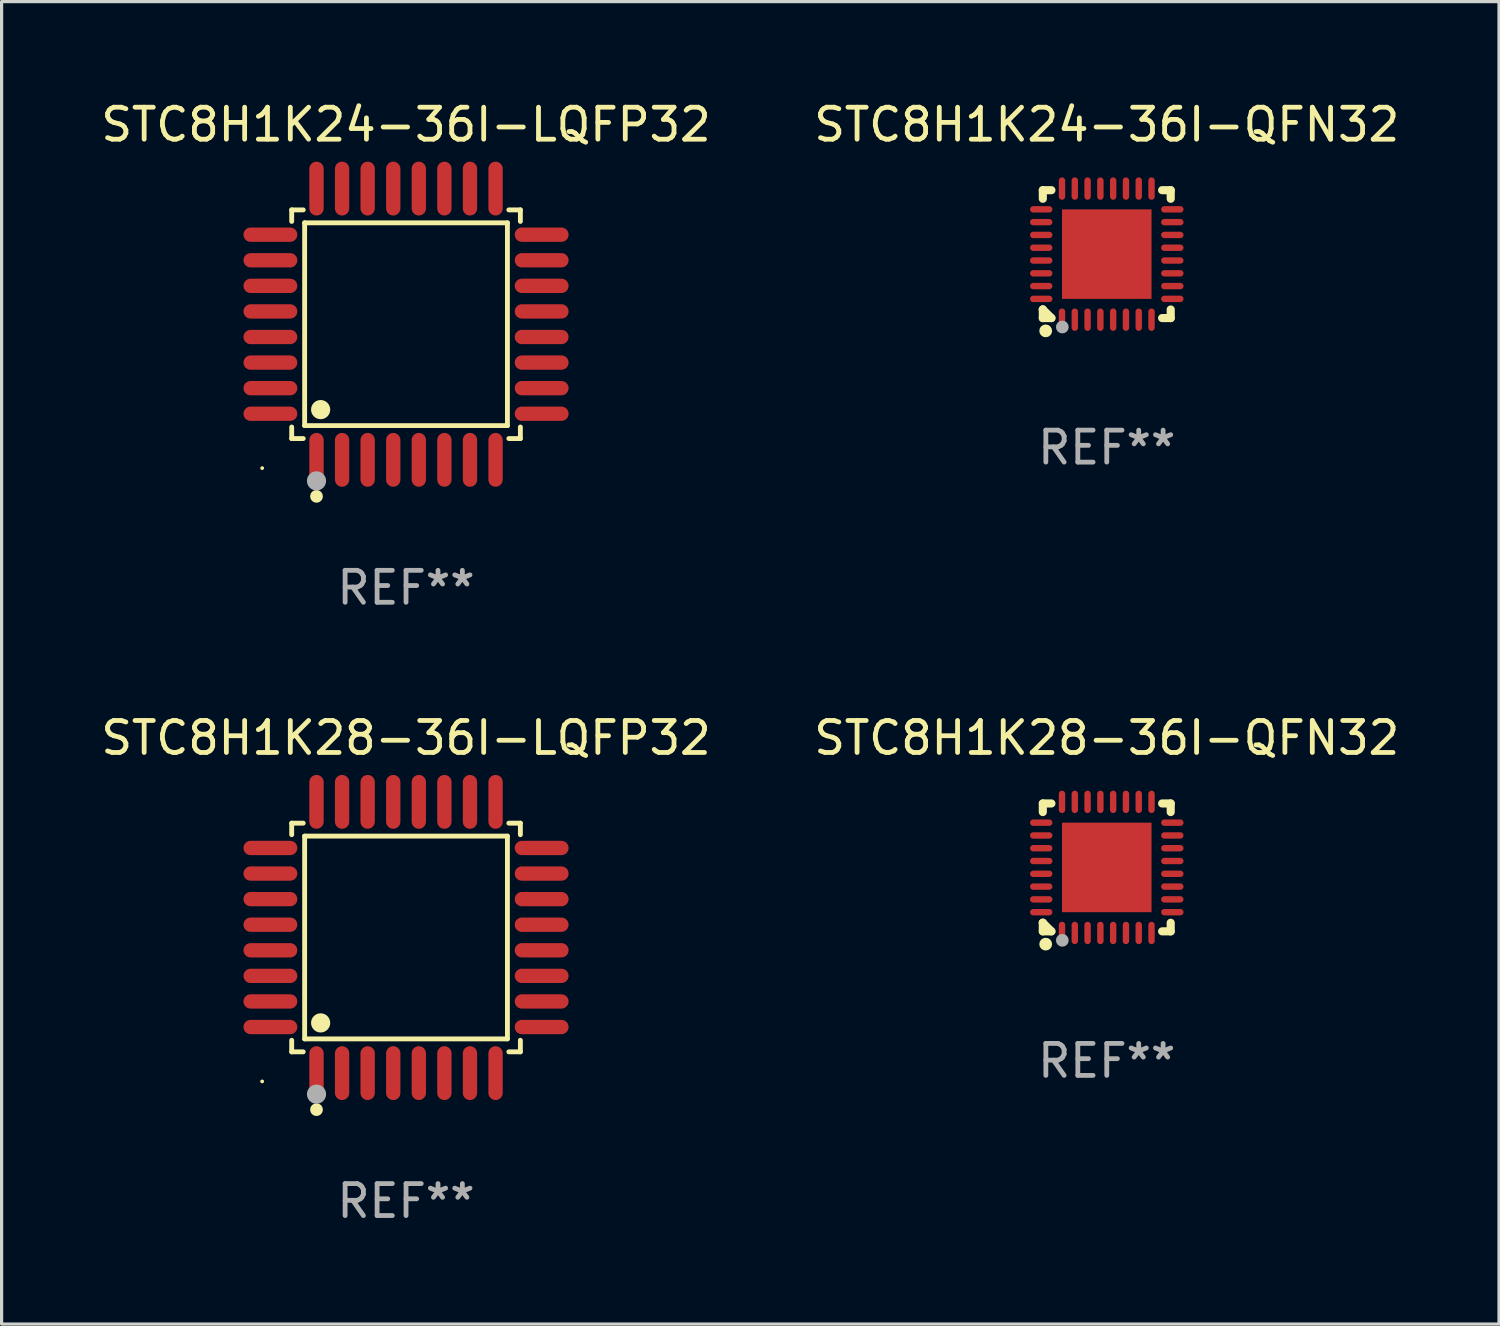
<source format=kicad_pcb>
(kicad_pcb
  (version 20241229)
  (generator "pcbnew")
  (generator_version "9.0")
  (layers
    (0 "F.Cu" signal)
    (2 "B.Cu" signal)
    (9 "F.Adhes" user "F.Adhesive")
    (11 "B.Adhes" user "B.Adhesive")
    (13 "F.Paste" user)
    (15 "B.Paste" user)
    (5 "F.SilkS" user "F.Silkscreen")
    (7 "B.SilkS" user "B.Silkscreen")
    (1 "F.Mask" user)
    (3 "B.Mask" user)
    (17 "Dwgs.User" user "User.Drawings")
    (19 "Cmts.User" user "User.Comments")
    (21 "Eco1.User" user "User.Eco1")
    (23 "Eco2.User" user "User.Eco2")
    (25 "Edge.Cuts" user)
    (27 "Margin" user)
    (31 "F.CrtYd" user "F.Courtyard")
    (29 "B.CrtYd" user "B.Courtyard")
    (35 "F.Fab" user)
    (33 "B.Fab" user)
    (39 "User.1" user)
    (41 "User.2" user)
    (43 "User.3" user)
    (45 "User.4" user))
  (footprint "STC8H1K28-36I-QFN32"
    (layer "F.Cu")
    (at 31.565 24.079)
    (property "Reference" "STC8H1K28-36I-QFN32" (at 0 -4.05 0) (layer "F.SilkS") (effects (font (size 1 1) (thickness 0.15))))
    (attr through_hole)
    (fp_line (start -2 -2) (end -1.731 -2) (stroke (width 0.254) (type solid)) (layer "F.SilkS"))
    (fp_line (start -2 -1.731) (end -2 -2) (stroke (width 0.254) (type solid)) (layer "F.SilkS"))
    (fp_line (start -2 1.731) (end -2 1.731) (stroke (width 0.254) (type solid)) (layer "F.SilkS"))
    (fp_line (start -2 2) (end -2 1.731) (stroke (width 0.254) (type solid)) (layer "F.SilkS"))
    (fp_line (start -2 1.731) (end -1.731 2) (stroke (width 0.254) (type solid)) (layer "F.SilkS"))
    (fp_line (start -1.731 2) (end -2 2) (stroke (width 0.254) (type solid)) (layer "F.SilkS"))
    (fp_line (start 1.731 -2) (end 2 -2) (stroke (width 0.254) (type solid)) (layer "F.SilkS"))
    (fp_line (start 2 -2) (end 2 -1.731) (stroke (width 0.254) (type solid)) (layer "F.SilkS"))
    (fp_line (start 2 1.731) (end 2 2) (stroke (width 0.254) (type solid)) (layer "F.SilkS"))
    (fp_line (start 2 2) (end 1.731 2) (stroke (width 0.254) (type solid)) (layer "F.SilkS"))
    (fp_circle (center -2 2) (end -1.97 2) (stroke (width 0.06) (type solid)) (fill no) (layer "F.SilkS"))
    (fp_circle (center -1.91 2.4) (end -1.81 2.4) (stroke (width 0.2) (type solid)) (fill no) (layer "F.SilkS"))
    (fp_circle (center -1.39 2.28) (end -1.29 2.28) (stroke (width 0.2) (type solid)) (fill no) (layer "F.Fab"))
    (fp_text user "REF**" (at 0 6.05 0) (layer "F.Fab") (effects (font (size 1 1) (thickness 0.15))))
    (pad "1" smd oval (at -1.4 2.05) (size 0.2 0.7) (layers "F.Cu" "F.Mask" "F.Paste"))
    (pad "2" smd oval (at -1 2.05) (size 0.2 0.7) (layers "F.Cu" "F.Mask" "F.Paste"))
    (pad "3" smd oval (at -0.6 2.05) (size 0.2 0.7) (layers "F.Cu" "F.Mask" "F.Paste"))
    (pad "4" smd oval (at -0.2 2.05) (size 0.2 0.7) (layers "F.Cu" "F.Mask" "F.Paste"))
    (pad "5" smd oval (at 0.2 2.05) (size 0.2 0.7) (layers "F.Cu" "F.Mask" "F.Paste"))
    (pad "6" smd oval (at 0.6 2.05) (size 0.2 0.7) (layers "F.Cu" "F.Mask" "F.Paste"))
    (pad "7" smd oval (at 1 2.05) (size 0.2 0.7) (layers "F.Cu" "F.Mask" "F.Paste"))
    (pad "8" smd oval (at 1.4 2.05) (size 0.2 0.7) (layers "F.Cu" "F.Mask" "F.Paste"))
    (pad "9" smd oval (at 2.05 1.4) (size 0.7 0.2) (layers "F.Cu" "F.Mask" "F.Paste"))
    (pad "10" smd oval (at 2.05 1) (size 0.7 0.2) (layers "F.Cu" "F.Mask" "F.Paste"))
    (pad "11" smd oval (at 2.05 0.6) (size 0.7 0.2) (layers "F.Cu" "F.Mask" "F.Paste"))
    (pad "12" smd oval (at 2.05 0.2) (size 0.7 0.2) (layers "F.Cu" "F.Mask" "F.Paste"))
    (pad "13" smd oval (at 2.05 -0.2) (size 0.7 0.2) (layers "F.Cu" "F.Mask" "F.Paste"))
    (pad "14" smd oval (at 2.05 -0.6) (size 0.7 0.2) (layers "F.Cu" "F.Mask" "F.Paste"))
    (pad "15" smd oval (at 2.05 -1) (size 0.7 0.2) (layers "F.Cu" "F.Mask" "F.Paste"))
    (pad "16" smd oval (at 2.05 -1.4) (size 0.7 0.2) (layers "F.Cu" "F.Mask" "F.Paste"))
    (pad "17" smd oval (at 1.4 -2.05) (size 0.2 0.7) (layers "F.Cu" "F.Mask" "F.Paste"))
    (pad "18" smd oval (at 1 -2.05) (size 0.2 0.7) (layers "F.Cu" "F.Mask" "F.Paste"))
    (pad "19" smd oval (at 0.6 -2.05) (size 0.2 0.7) (layers "F.Cu" "F.Mask" "F.Paste"))
    (pad "20" smd oval (at 0.2 -2.05) (size 0.2 0.7) (layers "F.Cu" "F.Mask" "F.Paste"))
    (pad "21" smd oval (at -0.2 -2.05) (size 0.2 0.7) (layers "F.Cu" "F.Mask" "F.Paste"))
    (pad "22" smd oval (at -0.6 -2.05) (size 0.2 0.7) (layers "F.Cu" "F.Mask" "F.Paste"))
    (pad "23" smd oval (at -1 -2.05) (size 0.2 0.7) (layers "F.Cu" "F.Mask" "F.Paste"))
    (pad "24" smd oval (at -1.4 -2.05) (size 0.2 0.7) (layers "F.Cu" "F.Mask" "F.Paste"))
    (pad "25" smd oval (at -2.05 -1.4) (size 0.7 0.2) (layers "F.Cu" "F.Mask" "F.Paste"))
    (pad "26" smd oval (at -2.05 -1) (size 0.7 0.2) (layers "F.Cu" "F.Mask" "F.Paste"))
    (pad "27" smd oval (at -2.05 -0.6) (size 0.7 0.2) (layers "F.Cu" "F.Mask" "F.Paste"))
    (pad "28" smd oval (at -2.05 -0.2) (size 0.7 0.2) (layers "F.Cu" "F.Mask" "F.Paste"))
    (pad "29" smd oval (at -2.05 0.2) (size 0.7 0.2) (layers "F.Cu" "F.Mask" "F.Paste"))
    (pad "30" smd oval (at -2.05 0.6) (size 0.7 0.2) (layers "F.Cu" "F.Mask" "F.Paste"))
    (pad "31" smd oval (at -2.05 1) (size 0.7 0.2) (layers "F.Cu" "F.Mask" "F.Paste"))
    (pad "32" smd oval (at -2.05 1.4) (size 0.7 0.2) (layers "F.Cu" "F.Mask" "F.Paste"))
    (pad "33" smd rect (at 0.000254 0.000254) (size 2.8 2.8) (layers "F.Cu" "F.Mask" "F.Paste")))
  (footprint "STC8H1K28-36I-LQFP32"
    (layer "F.Cu")
    (at 9.649 26.271)
    (property "Reference" "STC8H1K28-36I-LQFP32" (at 0 -6.242 0) (layer "F.SilkS") (effects (font (size 1 1) (thickness 0.15))))
    (attr through_hole)
    (fp_line (start -3.576 -3.576) (end -3.215 -3.576) (stroke (width 0.152) (type solid)) (layer "F.SilkS"))
    (fp_line (start -3.576 -3.215) (end -3.576 -3.576) (stroke (width 0.152) (type solid)) (layer "F.SilkS"))
    (fp_line (start -3.576 3.215) (end -3.576 3.576) (stroke (width 0.152) (type solid)) (layer "F.SilkS"))
    (fp_line (start -3.576 3.576) (end -3.215 3.576) (stroke (width 0.152) (type solid)) (layer "F.SilkS"))
    (fp_line (start -3.171 -3.171) (end 3.171 -3.171) (stroke (width 0.152) (type solid)) (layer "F.SilkS"))
    (fp_line (start -3.171 3.171) (end -3.171 -3.171) (stroke (width 0.152) (type solid)) (layer "F.SilkS"))
    (fp_line (start 3.171 -3.171) (end 3.171 3.171) (stroke (width 0.152) (type solid)) (layer "F.SilkS"))
    (fp_line (start 3.171 3.171) (end -3.171 3.171) (stroke (width 0.152) (type solid)) (layer "F.SilkS"))
    (fp_line (start 3.576 -3.576) (end 3.215 -3.576) (stroke (width 0.152) (type solid)) (layer "F.SilkS"))
    (fp_line (start 3.576 -3.215) (end 3.576 -3.576) (stroke (width 0.152) (type solid)) (layer "F.SilkS"))
    (fp_line (start 3.576 3.215) (end 3.576 3.576) (stroke (width 0.152) (type solid)) (layer "F.SilkS"))
    (fp_line (start 3.576 3.576) (end 3.215 3.576) (stroke (width 0.152) (type solid)) (layer "F.SilkS"))
    (fp_circle (center -4.5 4.5) (end -4.47 4.5) (stroke (width 0.06) (type solid)) (fill no) (layer "F.SilkS"))
    (fp_circle (center -2.8 5.384) (end -2.7 5.384) (stroke (width 0.2) (type solid)) (fill no) (layer "F.SilkS"))
    (fp_circle (center -2.671 2.671) (end -2.521 2.671) (stroke (width 0.3) (type solid)) (fill no) (layer "F.SilkS"))
    (fp_circle (center -2.8 4.9) (end -2.65 4.9) (stroke (width 0.3) (type solid)) (fill no) (layer "F.Fab"))
    (fp_text user "REF**" (at 0 8.242 0) (layer "F.Fab") (effects (font (size 1 1) (thickness 0.15))))
    (pad "1" smd oval (at -2.8 4.242) (size 0.448 1.684) (layers "F.Cu" "F.Mask" "F.Paste"))
    (pad "2" smd oval (at -2 4.242) (size 0.448 1.684) (layers "F.Cu" "F.Mask" "F.Paste"))
    (pad "3" smd oval (at -1.2 4.242) (size 0.448 1.684) (layers "F.Cu" "F.Mask" "F.Paste"))
    (pad "4" smd oval (at -0.4 4.242) (size 0.448 1.684) (layers "F.Cu" "F.Mask" "F.Paste"))
    (pad "5" smd oval (at 0.4 4.242) (size 0.448 1.684) (layers "F.Cu" "F.Mask" "F.Paste"))
    (pad "6" smd oval (at 1.2 4.242) (size 0.448 1.684) (layers "F.Cu" "F.Mask" "F.Paste"))
    (pad "7" smd oval (at 2 4.242) (size 0.448 1.684) (layers "F.Cu" "F.Mask" "F.Paste"))
    (pad "8" smd oval (at 2.8 4.242) (size 0.448 1.684) (layers "F.Cu" "F.Mask" "F.Paste"))
    (pad "9" smd oval (at 4.242 2.8) (size 1.684 0.448) (layers "F.Cu" "F.Mask" "F.Paste"))
    (pad "10" smd oval (at 4.242 2) (size 1.684 0.448) (layers "F.Cu" "F.Mask" "F.Paste"))
    (pad "11" smd oval (at 4.242 1.2) (size 1.684 0.448) (layers "F.Cu" "F.Mask" "F.Paste"))
    (pad "12" smd oval (at 4.242 0.4) (size 1.684 0.448) (layers "F.Cu" "F.Mask" "F.Paste"))
    (pad "13" smd oval (at 4.242 -0.4) (size 1.684 0.448) (layers "F.Cu" "F.Mask" "F.Paste"))
    (pad "14" smd oval (at 4.242 -1.2) (size 1.684 0.448) (layers "F.Cu" "F.Mask" "F.Paste"))
    (pad "15" smd oval (at 4.242 -2) (size 1.684 0.448) (layers "F.Cu" "F.Mask" "F.Paste"))
    (pad "16" smd oval (at 4.242 -2.8) (size 1.684 0.448) (layers "F.Cu" "F.Mask" "F.Paste"))
    (pad "17" smd oval (at 2.8 -4.242) (size 0.448 1.684) (layers "F.Cu" "F.Mask" "F.Paste"))
    (pad "18" smd oval (at 2 -4.242) (size 0.448 1.684) (layers "F.Cu" "F.Mask" "F.Paste"))
    (pad "19" smd oval (at 1.2 -4.242) (size 0.448 1.684) (layers "F.Cu" "F.Mask" "F.Paste"))
    (pad "20" smd oval (at 0.4 -4.242) (size 0.448 1.684) (layers "F.Cu" "F.Mask" "F.Paste"))
    (pad "21" smd oval (at -0.4 -4.242) (size 0.448 1.684) (layers "F.Cu" "F.Mask" "F.Paste"))
    (pad "22" smd oval (at -1.2 -4.242) (size 0.448 1.684) (layers "F.Cu" "F.Mask" "F.Paste"))
    (pad "23" smd oval (at -2 -4.242) (size 0.448 1.684) (layers "F.Cu" "F.Mask" "F.Paste"))
    (pad "24" smd oval (at -2.8 -4.242) (size 0.448 1.684) (layers "F.Cu" "F.Mask" "F.Paste"))
    (pad "25" smd oval (at -4.242 -2.8) (size 1.684 0.448) (layers "F.Cu" "F.Mask" "F.Paste"))
    (pad "26" smd oval (at -4.242 -2) (size 1.684 0.448) (layers "F.Cu" "F.Mask" "F.Paste"))
    (pad "27" smd oval (at -4.242 -1.2) (size 1.684 0.448) (layers "F.Cu" "F.Mask" "F.Paste"))
    (pad "28" smd oval (at -4.242 -0.4) (size 1.684 0.448) (layers "F.Cu" "F.Mask" "F.Paste"))
    (pad "29" smd oval (at -4.242 0.4) (size 1.684 0.448) (layers "F.Cu" "F.Mask" "F.Paste"))
    (pad "30" smd oval (at -4.242 1.2) (size 1.684 0.448) (layers "F.Cu" "F.Mask" "F.Paste"))
    (pad "31" smd oval (at -4.242 2) (size 1.684 0.448) (layers "F.Cu" "F.Mask" "F.Paste"))
    (pad "32" smd oval (at -4.242 2.8) (size 1.684 0.448) (layers "F.Cu" "F.Mask" "F.Paste")))
  (footprint "STC8H1K24-36I-QFN32"
    (layer "F.Cu")
    (at 31.565 4.898)
    (property "Reference" "STC8H1K24-36I-QFN32" (at 0 -4.05 0) (layer "F.SilkS") (effects (font (size 1 1) (thickness 0.15))))
    (attr through_hole)
    (fp_line (start -2 -2) (end -1.731 -2) (stroke (width 0.254) (type solid)) (layer "F.SilkS"))
    (fp_line (start -2 -1.731) (end -2 -2) (stroke (width 0.254) (type solid)) (layer "F.SilkS"))
    (fp_line (start -2 1.731) (end -2 1.731) (stroke (width 0.254) (type solid)) (layer "F.SilkS"))
    (fp_line (start -2 2) (end -2 1.731) (stroke (width 0.254) (type solid)) (layer "F.SilkS"))
    (fp_line (start -2 1.731) (end -1.731 2) (stroke (width 0.254) (type solid)) (layer "F.SilkS"))
    (fp_line (start -1.731 2) (end -2 2) (stroke (width 0.254) (type solid)) (layer "F.SilkS"))
    (fp_line (start 1.731 -2) (end 2 -2) (stroke (width 0.254) (type solid)) (layer "F.SilkS"))
    (fp_line (start 2 -2) (end 2 -1.731) (stroke (width 0.254) (type solid)) (layer "F.SilkS"))
    (fp_line (start 2 1.731) (end 2 2) (stroke (width 0.254) (type solid)) (layer "F.SilkS"))
    (fp_line (start 2 2) (end 1.731 2) (stroke (width 0.254) (type solid)) (layer "F.SilkS"))
    (fp_circle (center -2 2) (end -1.97 2) (stroke (width 0.06) (type solid)) (fill no) (layer "F.SilkS"))
    (fp_circle (center -1.91 2.4) (end -1.81 2.4) (stroke (width 0.2) (type solid)) (fill no) (layer "F.SilkS"))
    (fp_circle (center -1.39 2.28) (end -1.29 2.28) (stroke (width 0.2) (type solid)) (fill no) (layer "F.Fab"))
    (fp_text user "REF**" (at 0 6.05 0) (layer "F.Fab") (effects (font (size 1 1) (thickness 0.15))))
    (pad "1" smd oval (at -1.4 2.05) (size 0.2 0.7) (layers "F.Cu" "F.Mask" "F.Paste"))
    (pad "2" smd oval (at -1 2.05) (size 0.2 0.7) (layers "F.Cu" "F.Mask" "F.Paste"))
    (pad "3" smd oval (at -0.6 2.05) (size 0.2 0.7) (layers "F.Cu" "F.Mask" "F.Paste"))
    (pad "4" smd oval (at -0.2 2.05) (size 0.2 0.7) (layers "F.Cu" "F.Mask" "F.Paste"))
    (pad "5" smd oval (at 0.2 2.05) (size 0.2 0.7) (layers "F.Cu" "F.Mask" "F.Paste"))
    (pad "6" smd oval (at 0.6 2.05) (size 0.2 0.7) (layers "F.Cu" "F.Mask" "F.Paste"))
    (pad "7" smd oval (at 1 2.05) (size 0.2 0.7) (layers "F.Cu" "F.Mask" "F.Paste"))
    (pad "8" smd oval (at 1.4 2.05) (size 0.2 0.7) (layers "F.Cu" "F.Mask" "F.Paste"))
    (pad "9" smd oval (at 2.05 1.4) (size 0.7 0.2) (layers "F.Cu" "F.Mask" "F.Paste"))
    (pad "10" smd oval (at 2.05 1) (size 0.7 0.2) (layers "F.Cu" "F.Mask" "F.Paste"))
    (pad "11" smd oval (at 2.05 0.6) (size 0.7 0.2) (layers "F.Cu" "F.Mask" "F.Paste"))
    (pad "12" smd oval (at 2.05 0.2) (size 0.7 0.2) (layers "F.Cu" "F.Mask" "F.Paste"))
    (pad "13" smd oval (at 2.05 -0.2) (size 0.7 0.2) (layers "F.Cu" "F.Mask" "F.Paste"))
    (pad "14" smd oval (at 2.05 -0.6) (size 0.7 0.2) (layers "F.Cu" "F.Mask" "F.Paste"))
    (pad "15" smd oval (at 2.05 -1) (size 0.7 0.2) (layers "F.Cu" "F.Mask" "F.Paste"))
    (pad "16" smd oval (at 2.05 -1.4) (size 0.7 0.2) (layers "F.Cu" "F.Mask" "F.Paste"))
    (pad "17" smd oval (at 1.4 -2.05) (size 0.2 0.7) (layers "F.Cu" "F.Mask" "F.Paste"))
    (pad "18" smd oval (at 1 -2.05) (size 0.2 0.7) (layers "F.Cu" "F.Mask" "F.Paste"))
    (pad "19" smd oval (at 0.6 -2.05) (size 0.2 0.7) (layers "F.Cu" "F.Mask" "F.Paste"))
    (pad "20" smd oval (at 0.2 -2.05) (size 0.2 0.7) (layers "F.Cu" "F.Mask" "F.Paste"))
    (pad "21" smd oval (at -0.2 -2.05) (size 0.2 0.7) (layers "F.Cu" "F.Mask" "F.Paste"))
    (pad "22" smd oval (at -0.6 -2.05) (size 0.2 0.7) (layers "F.Cu" "F.Mask" "F.Paste"))
    (pad "23" smd oval (at -1 -2.05) (size 0.2 0.7) (layers "F.Cu" "F.Mask" "F.Paste"))
    (pad "24" smd oval (at -1.4 -2.05) (size 0.2 0.7) (layers "F.Cu" "F.Mask" "F.Paste"))
    (pad "25" smd oval (at -2.05 -1.4) (size 0.7 0.2) (layers "F.Cu" "F.Mask" "F.Paste"))
    (pad "26" smd oval (at -2.05 -1) (size 0.7 0.2) (layers "F.Cu" "F.Mask" "F.Paste"))
    (pad "27" smd oval (at -2.05 -0.6) (size 0.7 0.2) (layers "F.Cu" "F.Mask" "F.Paste"))
    (pad "28" smd oval (at -2.05 -0.2) (size 0.7 0.2) (layers "F.Cu" "F.Mask" "F.Paste"))
    (pad "29" smd oval (at -2.05 0.2) (size 0.7 0.2) (layers "F.Cu" "F.Mask" "F.Paste"))
    (pad "30" smd oval (at -2.05 0.6) (size 0.7 0.2) (layers "F.Cu" "F.Mask" "F.Paste"))
    (pad "31" smd oval (at -2.05 1) (size 0.7 0.2) (layers "F.Cu" "F.Mask" "F.Paste"))
    (pad "32" smd oval (at -2.05 1.4) (size 0.7 0.2) (layers "F.Cu" "F.Mask" "F.Paste"))
    (pad "33" smd rect (at 0.000254 0.000254) (size 2.8 2.8) (layers "F.Cu" "F.Mask" "F.Paste")))
  (footprint "STC8H1K24-36I-LQFP32"
    (layer "F.Cu")
    (at 9.649 7.09)
    (property "Reference" "STC8H1K24-36I-LQFP32" (at 0 -6.242 0) (layer "F.SilkS") (effects (font (size 1 1) (thickness 0.15))))
    (attr through_hole)
    (fp_line (start -3.576 -3.576) (end -3.215 -3.576) (stroke (width 0.152) (type solid)) (layer "F.SilkS"))
    (fp_line (start -3.576 -3.215) (end -3.576 -3.576) (stroke (width 0.152) (type solid)) (layer "F.SilkS"))
    (fp_line (start -3.576 3.215) (end -3.576 3.576) (stroke (width 0.152) (type solid)) (layer "F.SilkS"))
    (fp_line (start -3.576 3.576) (end -3.215 3.576) (stroke (width 0.152) (type solid)) (layer "F.SilkS"))
    (fp_line (start -3.171 -3.171) (end 3.171 -3.171) (stroke (width 0.152) (type solid)) (layer "F.SilkS"))
    (fp_line (start -3.171 3.171) (end -3.171 -3.171) (stroke (width 0.152) (type solid)) (layer "F.SilkS"))
    (fp_line (start 3.171 -3.171) (end 3.171 3.171) (stroke (width 0.152) (type solid)) (layer "F.SilkS"))
    (fp_line (start 3.171 3.171) (end -3.171 3.171) (stroke (width 0.152) (type solid)) (layer "F.SilkS"))
    (fp_line (start 3.576 -3.576) (end 3.215 -3.576) (stroke (width 0.152) (type solid)) (layer "F.SilkS"))
    (fp_line (start 3.576 -3.215) (end 3.576 -3.576) (stroke (width 0.152) (type solid)) (layer "F.SilkS"))
    (fp_line (start 3.576 3.215) (end 3.576 3.576) (stroke (width 0.152) (type solid)) (layer "F.SilkS"))
    (fp_line (start 3.576 3.576) (end 3.215 3.576) (stroke (width 0.152) (type solid)) (layer "F.SilkS"))
    (fp_circle (center -4.5 4.5) (end -4.47 4.5) (stroke (width 0.06) (type solid)) (fill no) (layer "F.SilkS"))
    (fp_circle (center -2.8 5.384) (end -2.7 5.384) (stroke (width 0.2) (type solid)) (fill no) (layer "F.SilkS"))
    (fp_circle (center -2.671 2.671) (end -2.521 2.671) (stroke (width 0.3) (type solid)) (fill no) (layer "F.SilkS"))
    (fp_circle (center -2.8 4.9) (end -2.65 4.9) (stroke (width 0.3) (type solid)) (fill no) (layer "F.Fab"))
    (fp_text user "REF**" (at 0 8.242 0) (layer "F.Fab") (effects (font (size 1 1) (thickness 0.15))))
    (pad "1" smd oval (at -2.8 4.242) (size 0.448 1.684) (layers "F.Cu" "F.Mask" "F.Paste"))
    (pad "2" smd oval (at -2 4.242) (size 0.448 1.684) (layers "F.Cu" "F.Mask" "F.Paste"))
    (pad "3" smd oval (at -1.2 4.242) (size 0.448 1.684) (layers "F.Cu" "F.Mask" "F.Paste"))
    (pad "4" smd oval (at -0.4 4.242) (size 0.448 1.684) (layers "F.Cu" "F.Mask" "F.Paste"))
    (pad "5" smd oval (at 0.4 4.242) (size 0.448 1.684) (layers "F.Cu" "F.Mask" "F.Paste"))
    (pad "6" smd oval (at 1.2 4.242) (size 0.448 1.684) (layers "F.Cu" "F.Mask" "F.Paste"))
    (pad "7" smd oval (at 2 4.242) (size 0.448 1.684) (layers "F.Cu" "F.Mask" "F.Paste"))
    (pad "8" smd oval (at 2.8 4.242) (size 0.448 1.684) (layers "F.Cu" "F.Mask" "F.Paste"))
    (pad "9" smd oval (at 4.242 2.8) (size 1.684 0.448) (layers "F.Cu" "F.Mask" "F.Paste"))
    (pad "10" smd oval (at 4.242 2) (size 1.684 0.448) (layers "F.Cu" "F.Mask" "F.Paste"))
    (pad "11" smd oval (at 4.242 1.2) (size 1.684 0.448) (layers "F.Cu" "F.Mask" "F.Paste"))
    (pad "12" smd oval (at 4.242 0.4) (size 1.684 0.448) (layers "F.Cu" "F.Mask" "F.Paste"))
    (pad "13" smd oval (at 4.242 -0.4) (size 1.684 0.448) (layers "F.Cu" "F.Mask" "F.Paste"))
    (pad "14" smd oval (at 4.242 -1.2) (size 1.684 0.448) (layers "F.Cu" "F.Mask" "F.Paste"))
    (pad "15" smd oval (at 4.242 -2) (size 1.684 0.448) (layers "F.Cu" "F.Mask" "F.Paste"))
    (pad "16" smd oval (at 4.242 -2.8) (size 1.684 0.448) (layers "F.Cu" "F.Mask" "F.Paste"))
    (pad "17" smd oval (at 2.8 -4.242) (size 0.448 1.684) (layers "F.Cu" "F.Mask" "F.Paste"))
    (pad "18" smd oval (at 2 -4.242) (size 0.448 1.684) (layers "F.Cu" "F.Mask" "F.Paste"))
    (pad "19" smd oval (at 1.2 -4.242) (size 0.448 1.684) (layers "F.Cu" "F.Mask" "F.Paste"))
    (pad "20" smd oval (at 0.4 -4.242) (size 0.448 1.684) (layers "F.Cu" "F.Mask" "F.Paste"))
    (pad "21" smd oval (at -0.4 -4.242) (size 0.448 1.684) (layers "F.Cu" "F.Mask" "F.Paste"))
    (pad "22" smd oval (at -1.2 -4.242) (size 0.448 1.684) (layers "F.Cu" "F.Mask" "F.Paste"))
    (pad "23" smd oval (at -2 -4.242) (size 0.448 1.684) (layers "F.Cu" "F.Mask" "F.Paste"))
    (pad "24" smd oval (at -2.8 -4.242) (size 0.448 1.684) (layers "F.Cu" "F.Mask" "F.Paste"))
    (pad "25" smd oval (at -4.242 -2.8) (size 1.684 0.448) (layers "F.Cu" "F.Mask" "F.Paste"))
    (pad "26" smd oval (at -4.242 -2) (size 1.684 0.448) (layers "F.Cu" "F.Mask" "F.Paste"))
    (pad "27" smd oval (at -4.242 -1.2) (size 1.684 0.448) (layers "F.Cu" "F.Mask" "F.Paste"))
    (pad "28" smd oval (at -4.242 -0.4) (size 1.684 0.448) (layers "F.Cu" "F.Mask" "F.Paste"))
    (pad "29" smd oval (at -4.242 0.4) (size 1.684 0.448) (layers "F.Cu" "F.Mask" "F.Paste"))
    (pad "30" smd oval (at -4.242 1.2) (size 1.684 0.448) (layers "F.Cu" "F.Mask" "F.Paste"))
    (pad "31" smd oval (at -4.242 2) (size 1.684 0.448) (layers "F.Cu" "F.Mask" "F.Paste"))
    (pad "32" smd oval (at -4.242 2.8) (size 1.684 0.448) (layers "F.Cu" "F.Mask" "F.Paste")))
  (gr_rect
    (start -3 -3)
    (end 43.833 38.361)
    (stroke (width 0.1) (type default))
    (fill no)
    (layer "Edge.Cuts")))
</source>
